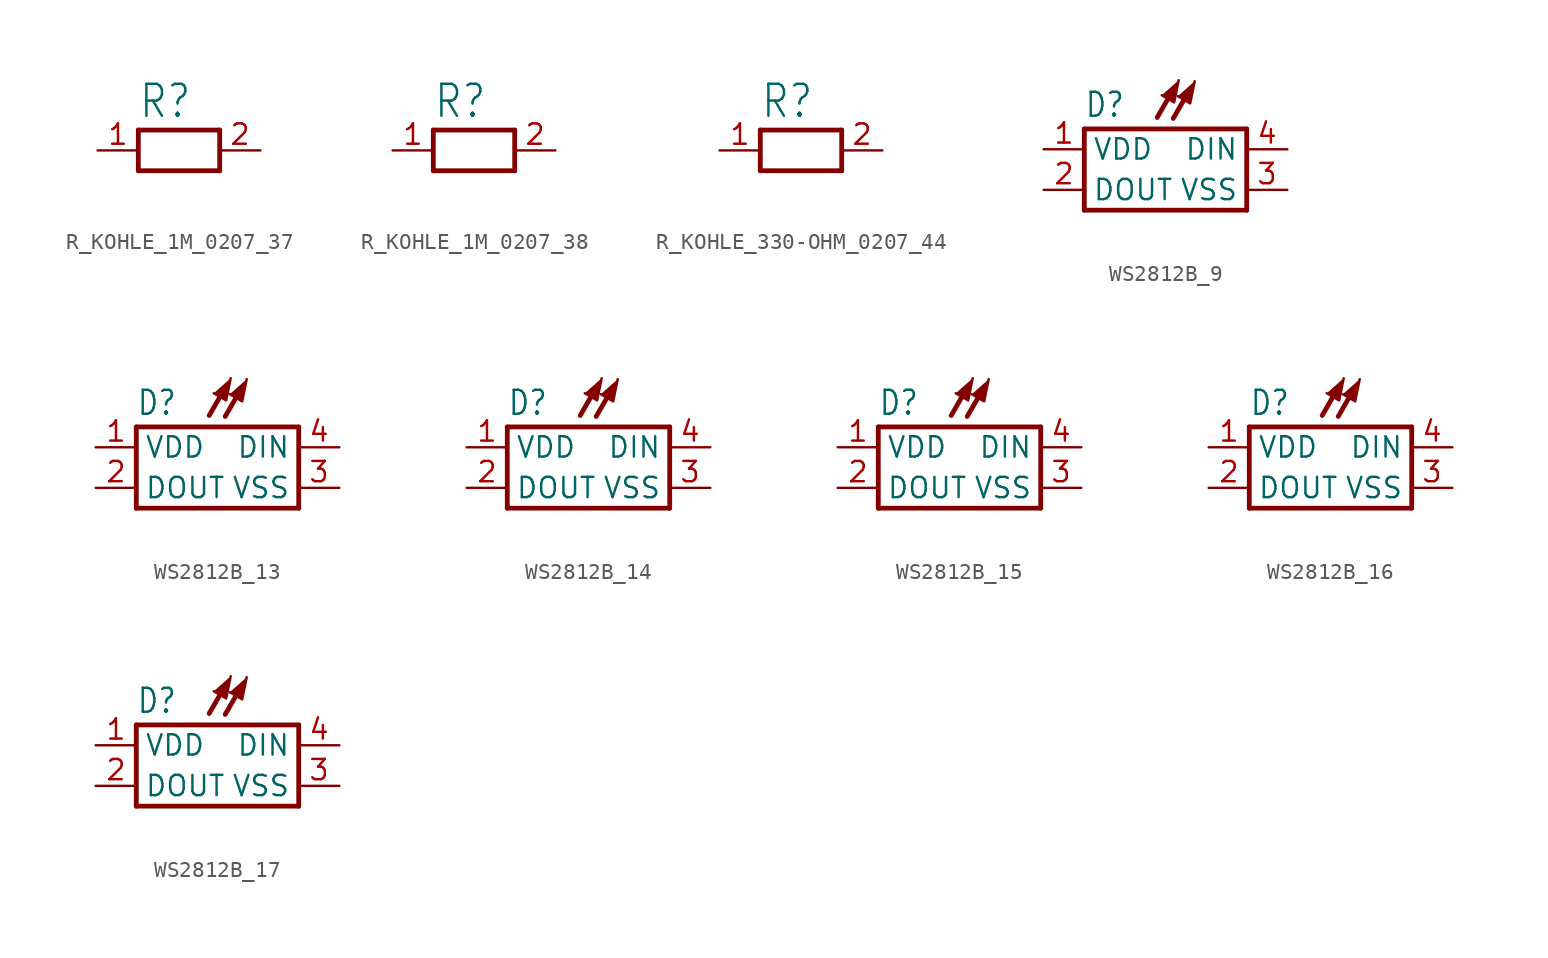
<source format=kicad_sym>
(kicad_symbol_lib
  (version 20220914)
  (generator kicad_symbol_editor)
  (symbol "R_KOHLE_1M_0207_37"
    (property "Reference" "R"
      (at -2.54 1.905 0)
      (effects (font (size 2 1.7)) (justify left bottom)))
    (property "Value" ""
      (at -2.54 -3.81 0)
      (effects (font (size 2 1.7)) (justify left bottom)))
    (property "ki_locked" ""
      (at 0 0 0)
      (effects (font (size 1.27 1.27))))
    (symbol "R_KOHLE_1M_0207_37_1_0"
      (polyline (pts (xy -2.54 -1.27) (xy 2.54 -1.27)) (stroke (width 0.3) (type solid)) (fill (type none)))
      (polyline (pts (xy -2.54 1.27) (xy -2.54 -1.27)) (stroke (width 0.3) (type solid)) (fill (type none)))
      (polyline (pts (xy 2.54 -1.27) (xy 2.54 1.27)) (stroke (width 0.3) (type solid)) (fill (type none)))
      (polyline (pts (xy 2.54 1.27) (xy -2.54 1.27)) (stroke (width 0.3) (type solid)) (fill (type none)))
      (pin passive line (at -5.08 0 0) (length 2.54) (name "1" (effects (font (size 0 0)))) (number "1" (effects (font (size 1.27 1.27)))))
      (pin passive line (at 5.08 0 180) (length 2.54) (name "2" (effects (font (size 0 0)))) (number "2" (effects (font (size 1.27 1.27)))))))
  (symbol "R_KOHLE_1M_0207_38"
    (property "Reference" "R"
      (at -2.54 1.905 0)
      (effects (font (size 2 1.7)) (justify left bottom)))
    (property "Value" ""
      (at -2.54 -3.81 0)
      (effects (font (size 2 1.7)) (justify left bottom)))
    (property "ki_locked" ""
      (at 0 0 0)
      (effects (font (size 1.27 1.27))))
    (symbol "R_KOHLE_1M_0207_38_1_0"
      (polyline (pts (xy -2.54 -1.27) (xy 2.54 -1.27)) (stroke (width 0.3) (type solid)) (fill (type none)))
      (polyline (pts (xy -2.54 1.27) (xy -2.54 -1.27)) (stroke (width 0.3) (type solid)) (fill (type none)))
      (polyline (pts (xy 2.54 -1.27) (xy 2.54 1.27)) (stroke (width 0.3) (type solid)) (fill (type none)))
      (polyline (pts (xy 2.54 1.27) (xy -2.54 1.27)) (stroke (width 0.3) (type solid)) (fill (type none)))
      (pin passive line (at -5.08 0 0) (length 2.54) (name "1" (effects (font (size 0 0)))) (number "1" (effects (font (size 1.27 1.27)))))
      (pin passive line (at 5.08 0 180) (length 2.54) (name "2" (effects (font (size 0 0)))) (number "2" (effects (font (size 1.27 1.27)))))))
  (symbol "R_KOHLE_330-OHM_0207_44"
    (property "Reference" "R"
      (at -2.54 1.905 0)
      (effects (font (size 2 1.7)) (justify left bottom)))
    (property "Value" ""
      (at -2.54 -3.81 0)
      (effects (font (size 2 1.7)) (justify left bottom)))
    (property "ki_locked" ""
      (at 0 0 0)
      (effects (font (size 1.27 1.27))))
    (symbol "R_KOHLE_330-OHM_0207_44_1_0"
      (polyline (pts (xy -2.54 -1.27) (xy 2.54 -1.27)) (stroke (width 0.3) (type solid)) (fill (type none)))
      (polyline (pts (xy -2.54 1.27) (xy -2.54 -1.27)) (stroke (width 0.3) (type solid)) (fill (type none)))
      (polyline (pts (xy 2.54 -1.27) (xy 2.54 1.27)) (stroke (width 0.3) (type solid)) (fill (type none)))
      (polyline (pts (xy 2.54 1.27) (xy -2.54 1.27)) (stroke (width 0.3) (type solid)) (fill (type none)))
      (pin passive line (at -5.08 0 0) (length 2.54) (name "1" (effects (font (size 0 0)))) (number "1" (effects (font (size 1.27 1.27)))))
      (pin passive line (at 5.08 0 180) (length 2.54) (name "2" (effects (font (size 0 0)))) (number "2" (effects (font (size 1.27 1.27)))))))
  (symbol "WS2812B_9"
    (property "Reference" "D"
      (at -5.08 3.175 0)
      (effects (font (size 1.5 1.275)) (justify left bottom)))
    (property "Value" ""
      (at -5.08 -4.445 0)
      (effects (font (size 1.5 1.275)) (justify left bottom)))
    (property "ki_locked" ""
      (at 0 0 0)
      (effects (font (size 1.27 1.27))))
    (symbol "WS2812B_9_1_0"
      (polyline (pts (xy -5.08 2.54) (xy -5.08 -2.54)) (stroke (width 0.3) (type solid)) (fill (type none)))
      (polyline (pts (xy -0.52 3.257) (xy 0.378 4.812)) (stroke (width 0.3) (type solid)) (fill (type none)))
      (polyline (pts (xy 0.482 3.197) (xy 1.38 4.752)) (stroke (width 0.3) (type solid)) (fill (type none)))
      (polyline (pts (xy 5.08 -2.54) (xy -5.08 -2.54)) (stroke (width 0.3) (type solid)) (fill (type none)))
      (polyline (pts (xy 5.08 -2.54) (xy 5.08 2.54)) (stroke (width 0.3) (type solid)) (fill (type none)))
      (polyline (pts (xy 5.08 2.54) (xy -5.08 2.54)) (stroke (width 0.3) (type solid)) (fill (type none)))
      (polyline (pts (xy 0.827 5.59) (xy 0.542 4.199) (xy -0.236 4.648)) (stroke (width 0) (type solid)) (fill (type outline)))
      (polyline (pts (xy 1.829 5.53) (xy 1.544 4.139) (xy 0.766 4.588)) (stroke (width 0) (type solid)) (fill (type outline)))
      (pin passive line (at -7.62 1.27 0) (length 2.54) (name "VDD" (effects (font (size 1.27 1.27)))) (number "1" (effects (font (size 1.27 1.27)))))
      (pin passive line (at -7.62 -1.27 0) (length 2.54) (name "DOUT" (effects (font (size 1.27 1.27)))) (number "2" (effects (font (size 1.27 1.27)))))
      (pin passive line (at 7.62 -1.27 180) (length 2.54) (name "VSS" (effects (font (size 1.27 1.27)))) (number "3" (effects (font (size 1.27 1.27)))))
      (pin passive line (at 7.62 1.27 180) (length 2.54) (name "DIN" (effects (font (size 1.27 1.27)))) (number "4" (effects (font (size 1.27 1.27)))))))
  (symbol "WS2812B_13"
    (property "Reference" "D"
      (at -5.08 3.175 0)
      (effects (font (size 1.5 1.275)) (justify left bottom)))
    (property "Value" ""
      (at -5.08 -4.445 0)
      (effects (font (size 1.5 1.275)) (justify left bottom)))
    (property "ki_locked" ""
      (at 0 0 0)
      (effects (font (size 1.27 1.27))))
    (symbol "WS2812B_13_1_0"
      (polyline (pts (xy -5.08 2.54) (xy -5.08 -2.54)) (stroke (width 0.3) (type solid)) (fill (type none)))
      (polyline (pts (xy -0.52 3.257) (xy 0.378 4.812)) (stroke (width 0.3) (type solid)) (fill (type none)))
      (polyline (pts (xy 0.482 3.197) (xy 1.38 4.752)) (stroke (width 0.3) (type solid)) (fill (type none)))
      (polyline (pts (xy 5.08 -2.54) (xy -5.08 -2.54)) (stroke (width 0.3) (type solid)) (fill (type none)))
      (polyline (pts (xy 5.08 -2.54) (xy 5.08 2.54)) (stroke (width 0.3) (type solid)) (fill (type none)))
      (polyline (pts (xy 5.08 2.54) (xy -5.08 2.54)) (stroke (width 0.3) (type solid)) (fill (type none)))
      (polyline (pts (xy 0.827 5.59) (xy 0.542 4.199) (xy -0.236 4.648)) (stroke (width 0) (type solid)) (fill (type outline)))
      (polyline (pts (xy 1.829 5.53) (xy 1.544 4.139) (xy 0.766 4.588)) (stroke (width 0) (type solid)) (fill (type outline)))
      (pin passive line (at -7.62 1.27 0) (length 2.54) (name "VDD" (effects (font (size 1.27 1.27)))) (number "1" (effects (font (size 1.27 1.27)))))
      (pin passive line (at -7.62 -1.27 0) (length 2.54) (name "DOUT" (effects (font (size 1.27 1.27)))) (number "2" (effects (font (size 1.27 1.27)))))
      (pin passive line (at 7.62 -1.27 180) (length 2.54) (name "VSS" (effects (font (size 1.27 1.27)))) (number "3" (effects (font (size 1.27 1.27)))))
      (pin passive line (at 7.62 1.27 180) (length 2.54) (name "DIN" (effects (font (size 1.27 1.27)))) (number "4" (effects (font (size 1.27 1.27)))))))
  (symbol "WS2812B_14"
    (property "Reference" "D"
      (at -5.08 3.175 0)
      (effects (font (size 1.5 1.275)) (justify left bottom)))
    (property "Value" ""
      (at -5.08 -4.445 0)
      (effects (font (size 1.5 1.275)) (justify left bottom)))
    (property "ki_locked" ""
      (at 0 0 0)
      (effects (font (size 1.27 1.27))))
    (symbol "WS2812B_14_1_0"
      (polyline (pts (xy -5.08 2.54) (xy -5.08 -2.54)) (stroke (width 0.3) (type solid)) (fill (type none)))
      (polyline (pts (xy -0.52 3.257) (xy 0.378 4.812)) (stroke (width 0.3) (type solid)) (fill (type none)))
      (polyline (pts (xy 0.482 3.197) (xy 1.38 4.752)) (stroke (width 0.3) (type solid)) (fill (type none)))
      (polyline (pts (xy 5.08 -2.54) (xy -5.08 -2.54)) (stroke (width 0.3) (type solid)) (fill (type none)))
      (polyline (pts (xy 5.08 -2.54) (xy 5.08 2.54)) (stroke (width 0.3) (type solid)) (fill (type none)))
      (polyline (pts (xy 5.08 2.54) (xy -5.08 2.54)) (stroke (width 0.3) (type solid)) (fill (type none)))
      (polyline (pts (xy 0.827 5.59) (xy 0.542 4.199) (xy -0.236 4.648)) (stroke (width 0) (type solid)) (fill (type outline)))
      (polyline (pts (xy 1.829 5.53) (xy 1.544 4.139) (xy 0.766 4.588)) (stroke (width 0) (type solid)) (fill (type outline)))
      (pin passive line (at -7.62 1.27 0) (length 2.54) (name "VDD" (effects (font (size 1.27 1.27)))) (number "1" (effects (font (size 1.27 1.27)))))
      (pin passive line (at -7.62 -1.27 0) (length 2.54) (name "DOUT" (effects (font (size 1.27 1.27)))) (number "2" (effects (font (size 1.27 1.27)))))
      (pin passive line (at 7.62 -1.27 180) (length 2.54) (name "VSS" (effects (font (size 1.27 1.27)))) (number "3" (effects (font (size 1.27 1.27)))))
      (pin passive line (at 7.62 1.27 180) (length 2.54) (name "DIN" (effects (font (size 1.27 1.27)))) (number "4" (effects (font (size 1.27 1.27)))))))
  (symbol "WS2812B_15"
    (property "Reference" "D"
      (at -5.08 3.175 0)
      (effects (font (size 1.5 1.275)) (justify left bottom)))
    (property "Value" ""
      (at -5.08 -4.445 0)
      (effects (font (size 1.5 1.275)) (justify left bottom)))
    (property "ki_locked" ""
      (at 0 0 0)
      (effects (font (size 1.27 1.27))))
    (symbol "WS2812B_15_1_0"
      (polyline (pts (xy -5.08 2.54) (xy -5.08 -2.54)) (stroke (width 0.3) (type solid)) (fill (type none)))
      (polyline (pts (xy -0.52 3.257) (xy 0.378 4.812)) (stroke (width 0.3) (type solid)) (fill (type none)))
      (polyline (pts (xy 0.482 3.197) (xy 1.38 4.752)) (stroke (width 0.3) (type solid)) (fill (type none)))
      (polyline (pts (xy 5.08 -2.54) (xy -5.08 -2.54)) (stroke (width 0.3) (type solid)) (fill (type none)))
      (polyline (pts (xy 5.08 -2.54) (xy 5.08 2.54)) (stroke (width 0.3) (type solid)) (fill (type none)))
      (polyline (pts (xy 5.08 2.54) (xy -5.08 2.54)) (stroke (width 0.3) (type solid)) (fill (type none)))
      (polyline (pts (xy 0.827 5.59) (xy 0.542 4.199) (xy -0.236 4.648)) (stroke (width 0) (type solid)) (fill (type outline)))
      (polyline (pts (xy 1.829 5.53) (xy 1.544 4.139) (xy 0.766 4.588)) (stroke (width 0) (type solid)) (fill (type outline)))
      (pin passive line (at -7.62 1.27 0) (length 2.54) (name "VDD" (effects (font (size 1.27 1.27)))) (number "1" (effects (font (size 1.27 1.27)))))
      (pin passive line (at -7.62 -1.27 0) (length 2.54) (name "DOUT" (effects (font (size 1.27 1.27)))) (number "2" (effects (font (size 1.27 1.27)))))
      (pin passive line (at 7.62 -1.27 180) (length 2.54) (name "VSS" (effects (font (size 1.27 1.27)))) (number "3" (effects (font (size 1.27 1.27)))))
      (pin passive line (at 7.62 1.27 180) (length 2.54) (name "DIN" (effects (font (size 1.27 1.27)))) (number "4" (effects (font (size 1.27 1.27)))))))
  (symbol "WS2812B_16"
    (property "Reference" "D"
      (at -5.08 3.175 0)
      (effects (font (size 1.5 1.275)) (justify left bottom)))
    (property "Value" ""
      (at -5.08 -4.445 0)
      (effects (font (size 1.5 1.275)) (justify left bottom)))
    (property "ki_locked" ""
      (at 0 0 0)
      (effects (font (size 1.27 1.27))))
    (symbol "WS2812B_16_1_0"
      (polyline (pts (xy -5.08 2.54) (xy -5.08 -2.54)) (stroke (width 0.3) (type solid)) (fill (type none)))
      (polyline (pts (xy -0.52 3.257) (xy 0.378 4.812)) (stroke (width 0.3) (type solid)) (fill (type none)))
      (polyline (pts (xy 0.482 3.197) (xy 1.38 4.752)) (stroke (width 0.3) (type solid)) (fill (type none)))
      (polyline (pts (xy 5.08 -2.54) (xy -5.08 -2.54)) (stroke (width 0.3) (type solid)) (fill (type none)))
      (polyline (pts (xy 5.08 -2.54) (xy 5.08 2.54)) (stroke (width 0.3) (type solid)) (fill (type none)))
      (polyline (pts (xy 5.08 2.54) (xy -5.08 2.54)) (stroke (width 0.3) (type solid)) (fill (type none)))
      (polyline (pts (xy 0.827 5.59) (xy 0.542 4.199) (xy -0.236 4.648)) (stroke (width 0) (type solid)) (fill (type outline)))
      (polyline (pts (xy 1.829 5.53) (xy 1.544 4.139) (xy 0.766 4.588)) (stroke (width 0) (type solid)) (fill (type outline)))
      (pin passive line (at -7.62 1.27 0) (length 2.54) (name "VDD" (effects (font (size 1.27 1.27)))) (number "1" (effects (font (size 1.27 1.27)))))
      (pin passive line (at -7.62 -1.27 0) (length 2.54) (name "DOUT" (effects (font (size 1.27 1.27)))) (number "2" (effects (font (size 1.27 1.27)))))
      (pin passive line (at 7.62 -1.27 180) (length 2.54) (name "VSS" (effects (font (size 1.27 1.27)))) (number "3" (effects (font (size 1.27 1.27)))))
      (pin passive line (at 7.62 1.27 180) (length 2.54) (name "DIN" (effects (font (size 1.27 1.27)))) (number "4" (effects (font (size 1.27 1.27)))))))
  (symbol "WS2812B_17"
    (property "Reference" "D"
      (at -5.08 3.175 0)
      (effects (font (size 1.5 1.275)) (justify left bottom)))
    (property "Value" ""
      (at -5.08 -4.445 0)
      (effects (font (size 1.5 1.275)) (justify left bottom)))
    (property "ki_locked" ""
      (at 0 0 0)
      (effects (font (size 1.27 1.27))))
    (symbol "WS2812B_17_1_0"
      (polyline (pts (xy -5.08 2.54) (xy -5.08 -2.54)) (stroke (width 0.3) (type solid)) (fill (type none)))
      (polyline (pts (xy -0.52 3.257) (xy 0.378 4.812)) (stroke (width 0.3) (type solid)) (fill (type none)))
      (polyline (pts (xy 0.482 3.197) (xy 1.38 4.752)) (stroke (width 0.3) (type solid)) (fill (type none)))
      (polyline (pts (xy 5.08 -2.54) (xy -5.08 -2.54)) (stroke (width 0.3) (type solid)) (fill (type none)))
      (polyline (pts (xy 5.08 -2.54) (xy 5.08 2.54)) (stroke (width 0.3) (type solid)) (fill (type none)))
      (polyline (pts (xy 5.08 2.54) (xy -5.08 2.54)) (stroke (width 0.3) (type solid)) (fill (type none)))
      (polyline (pts (xy 0.827 5.59) (xy 0.542 4.199) (xy -0.236 4.648)) (stroke (width 0) (type solid)) (fill (type outline)))
      (polyline (pts (xy 1.829 5.53) (xy 1.544 4.139) (xy 0.766 4.588)) (stroke (width 0) (type solid)) (fill (type outline)))
      (pin passive line (at -7.62 1.27 0) (length 2.54) (name "VDD" (effects (font (size 1.27 1.27)))) (number "1" (effects (font (size 1.27 1.27)))))
      (pin passive line (at -7.62 -1.27 0) (length 2.54) (name "DOUT" (effects (font (size 1.27 1.27)))) (number "2" (effects (font (size 1.27 1.27)))))
      (pin passive line (at 7.62 -1.27 180) (length 2.54) (name "VSS" (effects (font (size 1.27 1.27)))) (number "3" (effects (font (size 1.27 1.27)))))
      (pin passive line (at 7.62 1.27 180) (length 2.54) (name "DIN" (effects (font (size 1.27 1.27)))) (number "4" (effects (font (size 1.27 1.27))))))))
</source>
